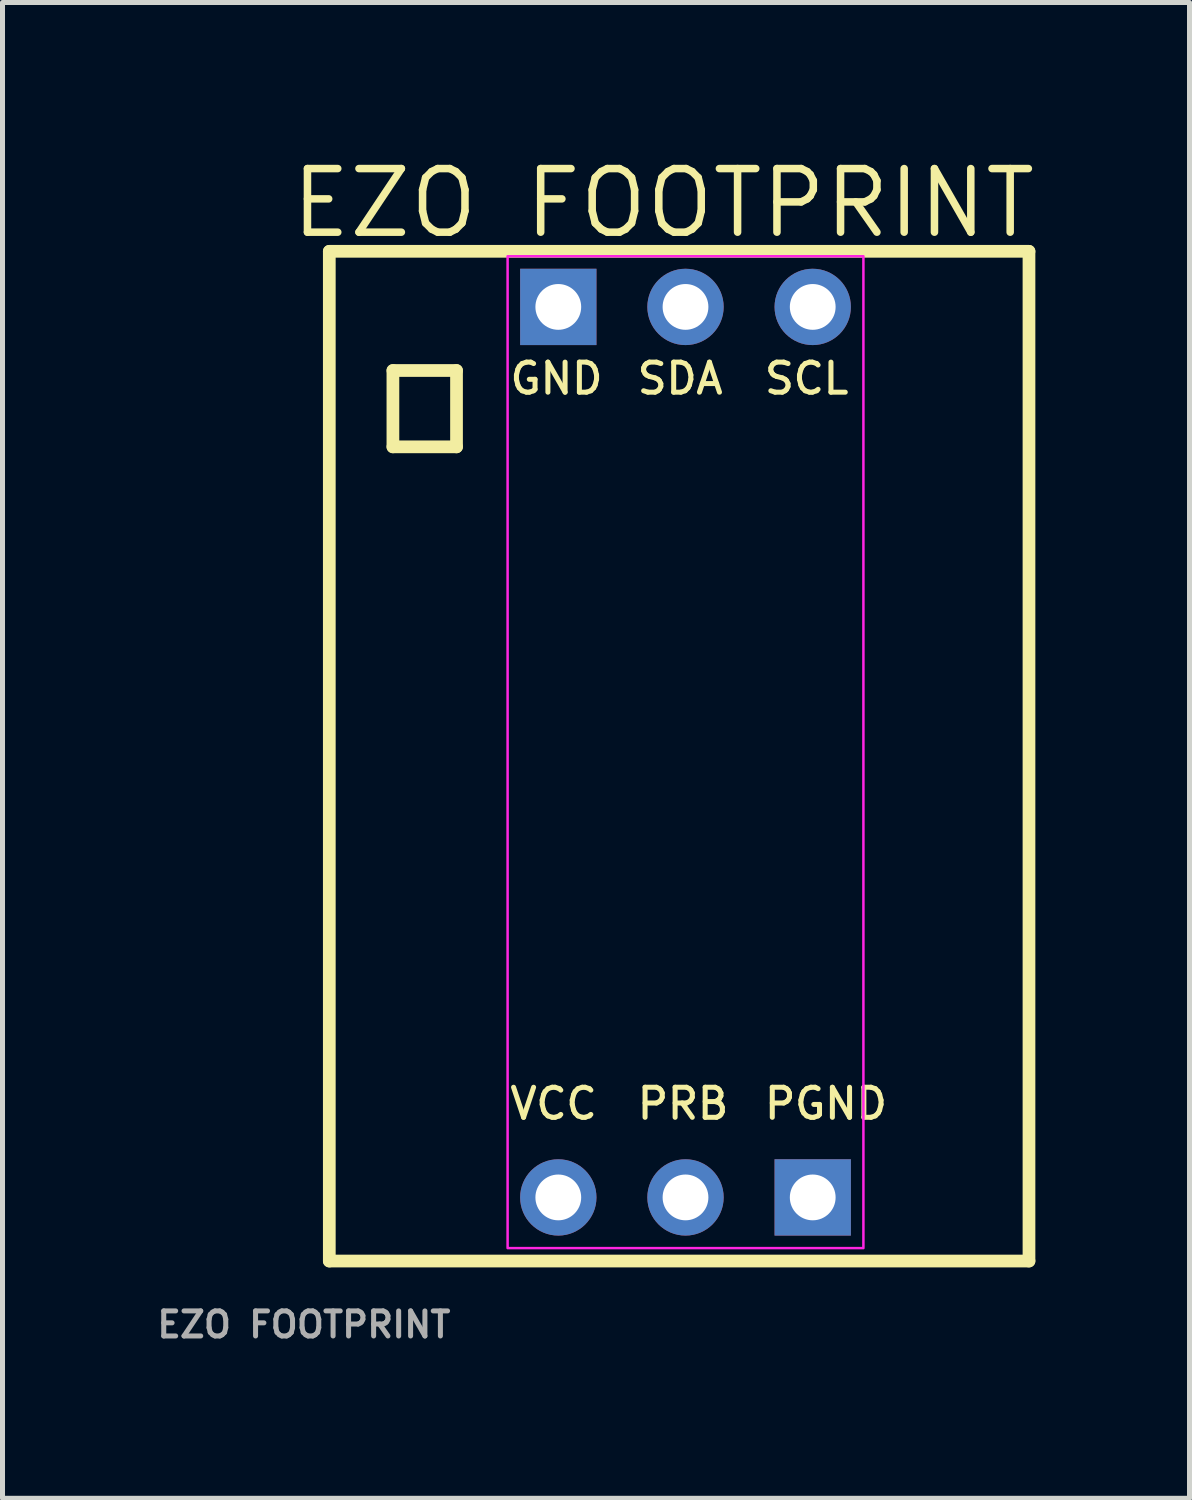
<source format=kicad_pcb>
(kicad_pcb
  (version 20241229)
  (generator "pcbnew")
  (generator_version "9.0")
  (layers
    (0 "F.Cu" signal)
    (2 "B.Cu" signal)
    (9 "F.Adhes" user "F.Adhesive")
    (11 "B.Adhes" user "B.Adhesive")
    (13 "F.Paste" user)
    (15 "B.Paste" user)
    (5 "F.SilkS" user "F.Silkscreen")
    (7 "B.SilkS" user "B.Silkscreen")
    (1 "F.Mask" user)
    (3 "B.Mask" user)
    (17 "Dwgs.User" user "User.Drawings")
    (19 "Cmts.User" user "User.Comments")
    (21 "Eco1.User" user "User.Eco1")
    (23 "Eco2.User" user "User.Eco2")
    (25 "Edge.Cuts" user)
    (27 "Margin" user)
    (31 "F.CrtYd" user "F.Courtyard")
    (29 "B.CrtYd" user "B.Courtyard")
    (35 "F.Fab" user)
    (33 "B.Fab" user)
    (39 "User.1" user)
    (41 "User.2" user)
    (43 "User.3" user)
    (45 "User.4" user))
  (footprint "EZO FOOTPRINT"
    (layer "F.Cu")
    (at 3.017 23.398)
    (property "Reference" "EZO FOOTPRINT" (at 7.178 -22.392 0) (layer "F.SilkS") (effects (font (size 1.27 1.27) (thickness 0.15))))
    (fp_line (start 0.508 -21.43) (end 14.478 -21.43) (stroke (width 0.254) (type default)) (layer "F.SilkS"))
    (fp_line (start 0.508 -1.27) (end 0.508 -21.43) (stroke (width 0.254) (type default)) (layer "F.SilkS"))
    (fp_line (start 0.508 -1.27) (end 14.478 -1.27) (stroke (width 0.254) (type default)) (layer "F.SilkS"))
    (fp_line (start 1.778 -19.05) (end 3.048 -19.05) (stroke (width 0.254) (type default)) (layer "F.SilkS"))
    (fp_line (start 1.778 -17.526) (end 1.778 -19.05) (stroke (width 0.254) (type default)) (layer "F.SilkS"))
    (fp_line (start 3.048 -19.05) (end 3.048 -17.526) (stroke (width 0.254) (type default)) (layer "F.SilkS"))
    (fp_line (start 3.048 -17.526) (end 1.778 -17.526) (stroke (width 0.254) (type default)) (layer "F.SilkS"))
    (fp_line (start 14.478 -1.27) (end 14.478 -21.43) (stroke (width 0.254) (type default)) (layer "F.SilkS"))
    (fp_rect (start 4.068 -21.332) (end 11.172 -1.528) (stroke (width 0.05) (type default)) (fill no) (layer "F.CrtYd"))
    (fp_text user "VCC" (at 4.064 -4.763 0) (unlocked yes) (layer "F.SilkS") (effects (font (size 0.6 0.6) (thickness 0.1)) (justify left top)))
    (fp_text user "SDA" (at 6.604 -19.241 0) (unlocked yes) (layer "F.SilkS") (effects (font (size 0.6 0.6) (thickness 0.1)) (justify left top)))
    (fp_text user "GND" (at 4.064 -19.241 0) (unlocked yes) (layer "F.SilkS") (effects (font (size 0.6 0.6) (thickness 0.1)) (justify left top)))
    (fp_text user "SCL" (at 9.144 -19.241 0) (unlocked yes) (layer "F.SilkS") (effects (font (size 0.6 0.6) (thickness 0.1)) (justify left top)))
    (fp_text user "PRB" (at 6.604 -4.763 0) (unlocked yes) (layer "F.SilkS") (effects (font (size 0.6 0.6) (thickness 0.1)) (justify left top)))
    (fp_text user "PGND" (at 9.144 -4.763 0) (unlocked yes) (layer "F.SilkS") (effects (font (size 0.6 0.6) (thickness 0.1)) (justify left top)))
    (fp_text user "${REFERENCE}" (at 0 0 0) (layer "F.Fab") (effects (font (size 0.5 0.5) (thickness 0.1))))
    (pad "1" thru_hole rect (at 5.08 -20.32) (size 1.524 1.524) (drill 0.914) (layers "*.Cu" "*.Mask"))
    (pad "2" thru_hole oval (at 7.62 -20.32) (size 1.524 1.524) (drill 0.914) (layers "*.Cu" "*.Mask"))
    (pad "3" thru_hole oval (at 10.16 -20.32) (size 1.524 1.524) (drill 0.914) (layers "*.Cu" "*.Mask"))
    (pad "4" thru_hole oval (at 5.08 -2.54) (size 1.524 1.524) (drill 0.914) (layers "*.Cu" "*.Mask"))
    (pad "5" thru_hole oval (at 7.62 -2.54) (size 1.524 1.524) (drill 0.914) (layers "*.Cu" "*.Mask"))
    (pad "6" thru_hole rect (at 10.16 -2.54) (size 1.524 1.524) (drill 0.914) (layers "*.Cu" "*.Mask")))
  (gr_rect
    (start -3 -3)
    (end 20.7 26.866)
    (stroke (width 0.1) (type default))
    (fill no)
    (layer "Edge.Cuts")))
</source>
